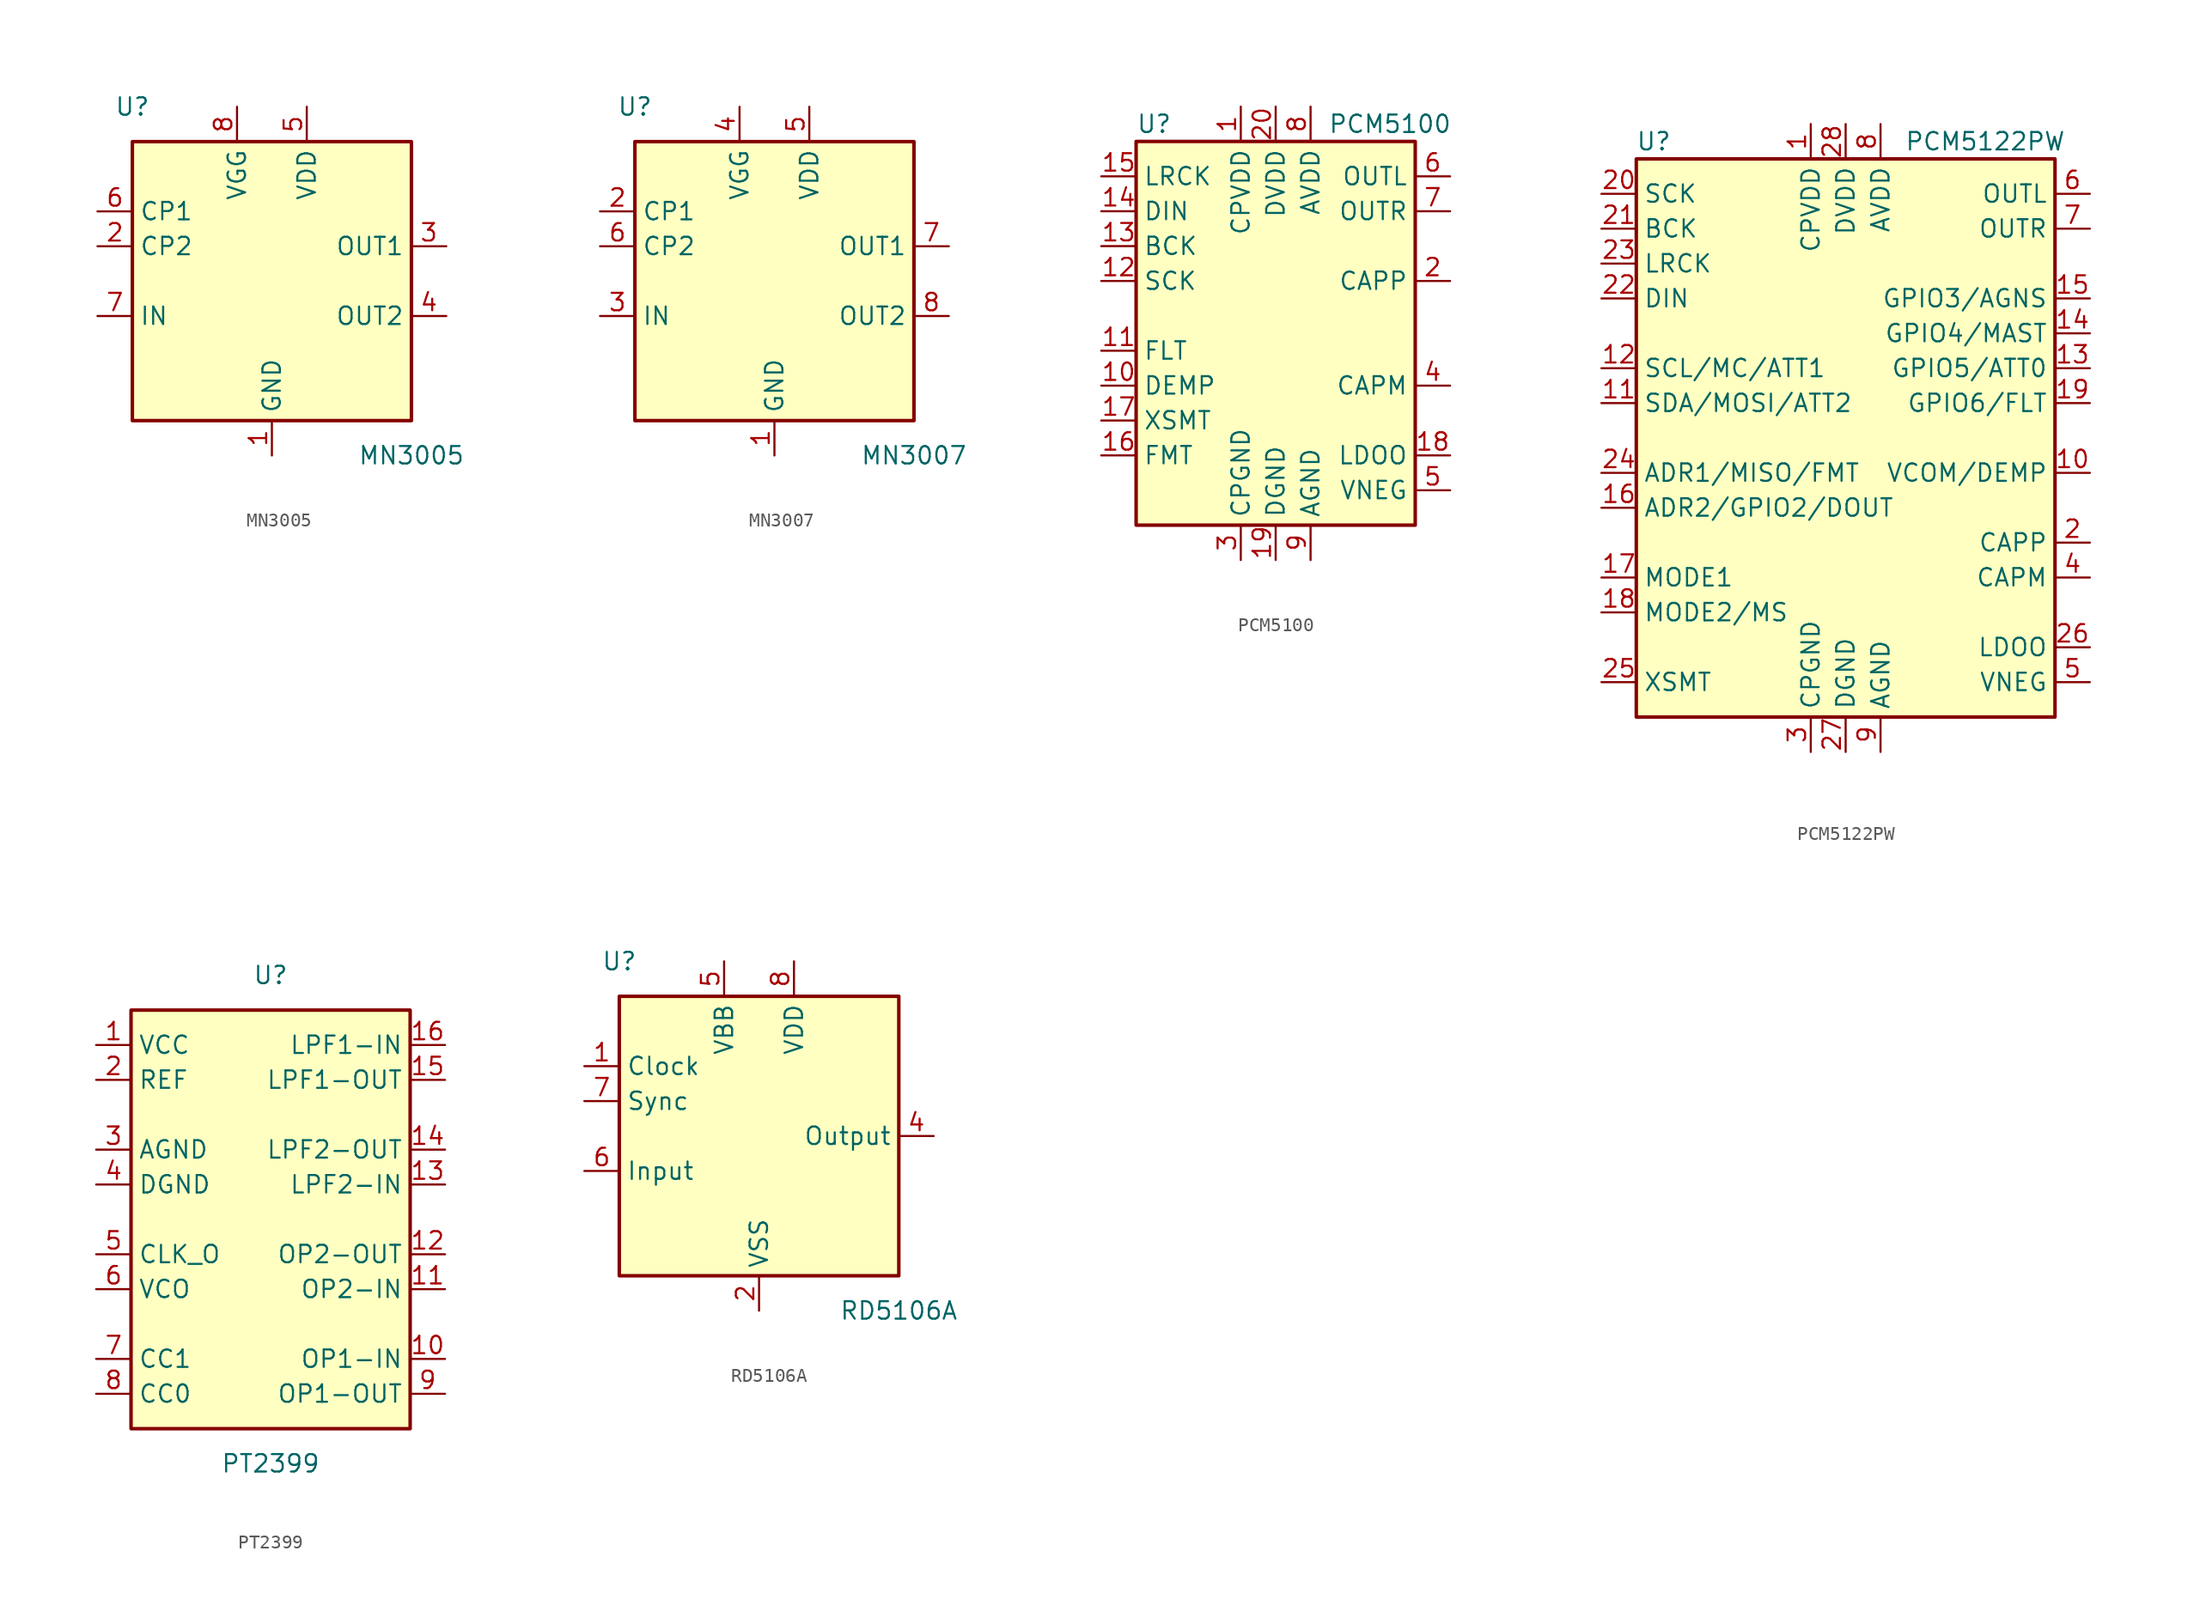
<source format=kicad_sym>
(kicad_symbol_lib
  (version 20201005)
  (generator kicad_symbol_editor)
  (symbol "MN3005"
    (property "Reference" "U"
      (at -10.16 12.7 0)
      (effects (font (size 1.27 1.27))))
    (property "Value" "MN3005"
      (at 10.16 -12.7 0)
      (effects (font (size 1.27 1.27))))
    (symbol "MN3005_0_1"
      (rectangle (start -10.16 10.16) (end 10.16 -10.16) (stroke (width 0.254)) (fill (type background))))
    (symbol "MN3005_1_1"
      (pin power_in line (at 0 -12.7 90) (length 2.54) (name "GND" (effects (font (size 1.27 1.27)))) (number "1" (effects (font (size 1.27 1.27)))))
      (pin input line (at -12.7 2.54 0) (length 2.54) (name "CP2" (effects (font (size 1.27 1.27)))) (number "2" (effects (font (size 1.27 1.27)))))
      (pin output line (at 12.7 2.54 180) (length 2.54) (name "OUT1" (effects (font (size 1.27 1.27)))) (number "3" (effects (font (size 1.27 1.27)))))
      (pin output line (at 12.7 -2.54 180) (length 2.54) (name "OUT2" (effects (font (size 1.27 1.27)))) (number "4" (effects (font (size 1.27 1.27)))))
      (pin power_in line (at 2.54 12.7 270) (length 2.54) (name "VDD" (effects (font (size 1.27 1.27)))) (number "5" (effects (font (size 1.27 1.27)))))
      (pin input line (at -12.7 5.08 0) (length 2.54) (name "CP1" (effects (font (size 1.27 1.27)))) (number "6" (effects (font (size 1.27 1.27)))))
      (pin input line (at -12.7 -2.54 0) (length 2.54) (name "IN" (effects (font (size 1.27 1.27)))) (number "7" (effects (font (size 1.27 1.27)))))
      (pin power_in line (at -2.54 12.7 270) (length 2.54) (name "VGG" (effects (font (size 1.27 1.27)))) (number "8" (effects (font (size 1.27 1.27)))))))
  (symbol "MN3007"
    (property "Reference" "U"
      (at -10.16 12.7 0)
      (effects (font (size 1.27 1.27))))
    (property "Value" "MN3007"
      (at 10.16 -12.7 0)
      (effects (font (size 1.27 1.27))))
    (symbol "MN3007_0_1"
      (rectangle (start -10.16 10.16) (end 10.16 -10.16) (stroke (width 0.254)) (fill (type background))))
    (symbol "MN3007_1_1"
      (pin power_in line (at 0 -12.7 90) (length 2.54) (name "GND" (effects (font (size 1.27 1.27)))) (number "1" (effects (font (size 1.27 1.27)))))
      (pin input line (at -12.7 5.08 0) (length 2.54) (name "CP1" (effects (font (size 1.27 1.27)))) (number "2" (effects (font (size 1.27 1.27)))))
      (pin input line (at -12.7 -2.54 0) (length 2.54) (name "IN" (effects (font (size 1.27 1.27)))) (number "3" (effects (font (size 1.27 1.27)))))
      (pin power_in line (at -2.54 12.7 270) (length 2.54) (name "VGG" (effects (font (size 1.27 1.27)))) (number "4" (effects (font (size 1.27 1.27)))))
      (pin power_in line (at 2.54 12.7 270) (length 2.54) (name "VDD" (effects (font (size 1.27 1.27)))) (number "5" (effects (font (size 1.27 1.27)))))
      (pin input line (at -12.7 2.54 0) (length 2.54) (name "CP2" (effects (font (size 1.27 1.27)))) (number "6" (effects (font (size 1.27 1.27)))))
      (pin output line (at 12.7 2.54 180) (length 2.54) (name "OUT1" (effects (font (size 1.27 1.27)))) (number "7" (effects (font (size 1.27 1.27)))))
      (pin output line (at 12.7 -2.54 180) (length 2.54) (name "OUT2" (effects (font (size 1.27 1.27)))) (number "8" (effects (font (size 1.27 1.27)))))))
  (symbol "PCM5100"
    (property "Reference" "U"
      (at -10.16 13.97 0)
      (effects (font (size 1.27 1.27)) (justify left)))
    (property "Value" "PCM5100"
      (at 3.81 13.97 0)
      (effects (font (size 1.27 1.27)) (justify left)))
    (symbol "PCM5100_0_1"
      (rectangle (start -10.16 12.7) (end 10.16 -15.24) (stroke (width 0.254)) (fill (type background))))
    (symbol "PCM5100_1_1"
      (pin passive line (at -2.54 15.24 270) (length 2.54) (name "CPVDD" (effects (font (size 1.27 1.27)))) (number "1" (effects (font (size 1.27 1.27)))))
      (pin input line (at -12.7 -5.08 0) (length 2.54) (name "DEMP" (effects (font (size 1.27 1.27)))) (number "10" (effects (font (size 1.27 1.27)))))
      (pin input line (at -12.7 -2.54 0) (length 2.54) (name "FLT" (effects (font (size 1.27 1.27)))) (number "11" (effects (font (size 1.27 1.27)))))
      (pin input line (at -12.7 2.54 0) (length 2.54) (name "SCK" (effects (font (size 1.27 1.27)))) (number "12" (effects (font (size 1.27 1.27)))))
      (pin input line (at -12.7 5.08 0) (length 2.54) (name "BCK" (effects (font (size 1.27 1.27)))) (number "13" (effects (font (size 1.27 1.27)))))
      (pin input line (at -12.7 7.62 0) (length 2.54) (name "DIN" (effects (font (size 1.27 1.27)))) (number "14" (effects (font (size 1.27 1.27)))))
      (pin input line (at -12.7 10.16 0) (length 2.54) (name "LRCK" (effects (font (size 1.27 1.27)))) (number "15" (effects (font (size 1.27 1.27)))))
      (pin input line (at -12.7 -10.16 0) (length 2.54) (name "FMT" (effects (font (size 1.27 1.27)))) (number "16" (effects (font (size 1.27 1.27)))))
      (pin input line (at -12.7 -7.62 0) (length 2.54) (name "XSMT" (effects (font (size 1.27 1.27)))) (number "17" (effects (font (size 1.27 1.27)))))
      (pin passive line (at 12.7 -10.16 180) (length 2.54) (name "LDOO" (effects (font (size 1.27 1.27)))) (number "18" (effects (font (size 1.27 1.27)))))
      (pin power_in line (at 0 -17.78 90) (length 2.54) (name "DGND" (effects (font (size 1.27 1.27)))) (number "19" (effects (font (size 1.27 1.27)))))
      (pin passive line (at 12.7 2.54 180) (length 2.54) (name "CAPP" (effects (font (size 1.27 1.27)))) (number "2" (effects (font (size 1.27 1.27)))))
      (pin power_in line (at 0 15.24 270) (length 2.54) (name "DVDD" (effects (font (size 1.27 1.27)))) (number "20" (effects (font (size 1.27 1.27)))))
      (pin power_in line (at -2.54 -17.78 90) (length 2.54) (name "CPGND" (effects (font (size 1.27 1.27)))) (number "3" (effects (font (size 1.27 1.27)))))
      (pin passive line (at 12.7 -5.08 180) (length 2.54) (name "CAPM" (effects (font (size 1.27 1.27)))) (number "4" (effects (font (size 1.27 1.27)))))
      (pin passive line (at 12.7 -12.7 180) (length 2.54) (name "VNEG" (effects (font (size 1.27 1.27)))) (number "5" (effects (font (size 1.27 1.27)))))
      (pin output line (at 12.7 10.16 180) (length 2.54) (name "OUTL" (effects (font (size 1.27 1.27)))) (number "6" (effects (font (size 1.27 1.27)))))
      (pin output line (at 12.7 7.62 180) (length 2.54) (name "OUTR" (effects (font (size 1.27 1.27)))) (number "7" (effects (font (size 1.27 1.27)))))
      (pin power_in line (at 2.54 15.24 270) (length 2.54) (name "AVDD" (effects (font (size 1.27 1.27)))) (number "8" (effects (font (size 1.27 1.27)))))
      (pin power_in line (at 2.54 -17.78 90) (length 2.54) (name "AGND" (effects (font (size 1.27 1.27)))) (number "9" (effects (font (size 1.27 1.27)))))))
  (symbol "PCM5122PW"
    (property "Reference" "U"
      (at -13.97 21.59 0)
      (effects (font (size 1.27 1.27))))
    (property "Value" "PCM5122PW"
      (at 10.16 21.59 0)
      (effects (font (size 1.27 1.27))))
    (symbol "PCM5122PW_0_1"
      (rectangle (start -15.24 20.32) (end 15.24 -20.32) (stroke (width 0.254)) (fill (type background))))
    (symbol "PCM5122PW_1_1"
      (pin power_in line (at -2.54 22.86 270) (length 2.54) (name "CPVDD" (effects (font (size 1.27 1.27)))) (number "1" (effects (font (size 1.27 1.27)))))
      (pin bidirectional line (at 17.78 -2.54 180) (length 2.54) (name "VCOM/DEMP" (effects (font (size 1.27 1.27)))) (number "10" (effects (font (size 1.27 1.27)))))
      (pin bidirectional line (at -17.78 2.54 0) (length 2.54) (name "SDA/MOSI/ATT2" (effects (font (size 1.27 1.27)))) (number "11" (effects (font (size 1.27 1.27)))))
      (pin input line (at -17.78 5.08 0) (length 2.54) (name "SCL/MC/ATT1" (effects (font (size 1.27 1.27)))) (number "12" (effects (font (size 1.27 1.27)))))
      (pin bidirectional line (at 17.78 5.08 180) (length 2.54) (name "GPIO5/ATT0" (effects (font (size 1.27 1.27)))) (number "13" (effects (font (size 1.27 1.27)))))
      (pin bidirectional line (at 17.78 7.62 180) (length 2.54) (name "GPIO4/MAST" (effects (font (size 1.27 1.27)))) (number "14" (effects (font (size 1.27 1.27)))))
      (pin bidirectional line (at 17.78 10.16 180) (length 2.54) (name "GPIO3/AGNS" (effects (font (size 1.27 1.27)))) (number "15" (effects (font (size 1.27 1.27)))))
      (pin bidirectional line (at -17.78 -5.08 0) (length 2.54) (name "ADR2/GPIO2/DOUT" (effects (font (size 1.27 1.27)))) (number "16" (effects (font (size 1.27 1.27)))))
      (pin input line (at -17.78 -10.16 0) (length 2.54) (name "MODE1" (effects (font (size 1.27 1.27)))) (number "17" (effects (font (size 1.27 1.27)))))
      (pin input line (at -17.78 -12.7 0) (length 2.54) (name "MODE2/MS" (effects (font (size 1.27 1.27)))) (number "18" (effects (font (size 1.27 1.27)))))
      (pin bidirectional line (at 17.78 2.54 180) (length 2.54) (name "GPIO6/FLT" (effects (font (size 1.27 1.27)))) (number "19" (effects (font (size 1.27 1.27)))))
      (pin passive line (at 17.78 -7.62 180) (length 2.54) (name "CAPP" (effects (font (size 1.27 1.27)))) (number "2" (effects (font (size 1.27 1.27)))))
      (pin input line (at -17.78 17.78 0) (length 2.54) (name "SCK" (effects (font (size 1.27 1.27)))) (number "20" (effects (font (size 1.27 1.27)))))
      (pin bidirectional line (at -17.78 15.24 0) (length 2.54) (name "BCK" (effects (font (size 1.27 1.27)))) (number "21" (effects (font (size 1.27 1.27)))))
      (pin input line (at -17.78 10.16 0) (length 2.54) (name "DIN" (effects (font (size 1.27 1.27)))) (number "22" (effects (font (size 1.27 1.27)))))
      (pin bidirectional line (at -17.78 12.7 0) (length 2.54) (name "LRCK" (effects (font (size 1.27 1.27)))) (number "23" (effects (font (size 1.27 1.27)))))
      (pin bidirectional line (at -17.78 -2.54 0) (length 2.54) (name "ADR1/MISO/FMT" (effects (font (size 1.27 1.27)))) (number "24" (effects (font (size 1.27 1.27)))))
      (pin input line (at -17.78 -17.78 0) (length 2.54) (name "XSMT" (effects (font (size 1.27 1.27)))) (number "25" (effects (font (size 1.27 1.27)))))
      (pin passive line (at 17.78 -15.24 180) (length 2.54) (name "LDOO" (effects (font (size 1.27 1.27)))) (number "26" (effects (font (size 1.27 1.27)))))
      (pin power_in line (at 0 -22.86 90) (length 2.54) (name "DGND" (effects (font (size 1.27 1.27)))) (number "27" (effects (font (size 1.27 1.27)))))
      (pin power_in line (at 0 22.86 270) (length 2.54) (name "DVDD" (effects (font (size 1.27 1.27)))) (number "28" (effects (font (size 1.27 1.27)))))
      (pin power_in line (at -2.54 -22.86 90) (length 2.54) (name "CPGND" (effects (font (size 1.27 1.27)))) (number "3" (effects (font (size 1.27 1.27)))))
      (pin passive line (at 17.78 -10.16 180) (length 2.54) (name "CAPM" (effects (font (size 1.27 1.27)))) (number "4" (effects (font (size 1.27 1.27)))))
      (pin passive line (at 17.78 -17.78 180) (length 2.54) (name "VNEG" (effects (font (size 1.27 1.27)))) (number "5" (effects (font (size 1.27 1.27)))))
      (pin output line (at 17.78 17.78 180) (length 2.54) (name "OUTL" (effects (font (size 1.27 1.27)))) (number "6" (effects (font (size 1.27 1.27)))))
      (pin output line (at 17.78 15.24 180) (length 2.54) (name "OUTR" (effects (font (size 1.27 1.27)))) (number "7" (effects (font (size 1.27 1.27)))))
      (pin power_in line (at 2.54 22.86 270) (length 2.54) (name "AVDD" (effects (font (size 1.27 1.27)))) (number "8" (effects (font (size 1.27 1.27)))))
      (pin power_in line (at 2.54 -22.86 90) (length 2.54) (name "AGND" (effects (font (size 1.27 1.27)))) (number "9" (effects (font (size 1.27 1.27)))))))
  (symbol "PT2399"
    (property "Reference" "U"
      (at 0 17.78 0)
      (effects (font (size 1.27 1.27))))
    (property "Value" "PT2399"
      (at 0 -17.78 0)
      (effects (font (size 1.27 1.27))))
    (symbol "PT2399_0_1"
      (rectangle (start -10.16 15.24) (end 10.16 -15.24) (stroke (width 0.254)) (fill (type background))))
    (symbol "PT2399_1_1"
      (pin power_in line (at -12.7 12.7 0) (length 2.54) (name "VCC" (effects (font (size 1.27 1.27)))) (number "1" (effects (font (size 1.27 1.27)))))
      (pin input line (at 12.7 -10.16 180) (length 2.54) (name "OP1-IN" (effects (font (size 1.27 1.27)))) (number "10" (effects (font (size 1.27 1.27)))))
      (pin input line (at 12.7 -5.08 180) (length 2.54) (name "OP2-IN" (effects (font (size 1.27 1.27)))) (number "11" (effects (font (size 1.27 1.27)))))
      (pin output line (at 12.7 -2.54 180) (length 2.54) (name "OP2-OUT" (effects (font (size 1.27 1.27)))) (number "12" (effects (font (size 1.27 1.27)))))
      (pin input line (at 12.7 2.54 180) (length 2.54) (name "LPF2-IN" (effects (font (size 1.27 1.27)))) (number "13" (effects (font (size 1.27 1.27)))))
      (pin output line (at 12.7 5.08 180) (length 2.54) (name "LPF2-OUT" (effects (font (size 1.27 1.27)))) (number "14" (effects (font (size 1.27 1.27)))))
      (pin output line (at 12.7 10.16 180) (length 2.54) (name "LPF1-OUT" (effects (font (size 1.27 1.27)))) (number "15" (effects (font (size 1.27 1.27)))))
      (pin input line (at 12.7 12.7 180) (length 2.54) (name "LPF1-IN" (effects (font (size 1.27 1.27)))) (number "16" (effects (font (size 1.27 1.27)))))
      (pin passive line (at -12.7 10.16 0) (length 2.54) (name "REF" (effects (font (size 1.27 1.27)))) (number "2" (effects (font (size 1.27 1.27)))))
      (pin power_in line (at -12.7 5.08 0) (length 2.54) (name "AGND" (effects (font (size 1.27 1.27)))) (number "3" (effects (font (size 1.27 1.27)))))
      (pin power_in line (at -12.7 2.54 0) (length 2.54) (name "DGND" (effects (font (size 1.27 1.27)))) (number "4" (effects (font (size 1.27 1.27)))))
      (pin passive line (at -12.7 -2.54 0) (length 2.54) (name "CLK_O" (effects (font (size 1.27 1.27)))) (number "5" (effects (font (size 1.27 1.27)))))
      (pin passive line (at -12.7 -5.08 0) (length 2.54) (name "VCO" (effects (font (size 1.27 1.27)))) (number "6" (effects (font (size 1.27 1.27)))))
      (pin passive line (at -12.7 -10.16 0) (length 2.54) (name "CC1" (effects (font (size 1.27 1.27)))) (number "7" (effects (font (size 1.27 1.27)))))
      (pin passive line (at -12.7 -12.7 0) (length 2.54) (name "CC0" (effects (font (size 1.27 1.27)))) (number "8" (effects (font (size 1.27 1.27)))))
      (pin output line (at 12.7 -12.7 180) (length 2.54) (name "OP1-OUT" (effects (font (size 1.27 1.27)))) (number "9" (effects (font (size 1.27 1.27)))))))
  (symbol "RD5106A"
    (property "Reference" "U"
      (at -10.16 12.7 0)
      (effects (font (size 1.27 1.27))))
    (property "Value" "RD5106A"
      (at 10.16 -12.7 0)
      (effects (font (size 1.27 1.27))))
    (symbol "RD5106A_0_1"
      (rectangle (start -10.16 10.16) (end 10.16 -10.16) (stroke (width 0.254)) (fill (type background))))
    (symbol "RD5106A_1_1"
      (pin input line (at -12.7 5.08 0) (length 2.54) (name "Clock" (effects (font (size 1.27 1.27)))) (number "1" (effects (font (size 1.27 1.27)))))
      (pin power_in line (at 0 -12.7 90) (length 2.54) (name "VSS" (effects (font (size 1.27 1.27)))) (number "2" (effects (font (size 1.27 1.27)))))
      (pin no_connect line (at -12.7 -7.62 0) (length 2.54) hide (name "NC" (effects (font (size 1.27 1.27)))) (number "3" (effects (font (size 1.27 1.27)))))
      (pin output line (at 12.7 0 180) (length 2.54) (name "Output" (effects (font (size 1.27 1.27)))) (number "4" (effects (font (size 1.27 1.27)))))
      (pin power_in line (at -2.54 12.7 270) (length 2.54) (name "VBB" (effects (font (size 1.27 1.27)))) (number "5" (effects (font (size 1.27 1.27)))))
      (pin input line (at -12.7 -2.54 0) (length 2.54) (name "Input" (effects (font (size 1.27 1.27)))) (number "6" (effects (font (size 1.27 1.27)))))
      (pin input line (at -12.7 2.54 0) (length 2.54) (name "Sync" (effects (font (size 1.27 1.27)))) (number "7" (effects (font (size 1.27 1.27)))))
      (pin power_in line (at 2.54 12.7 270) (length 2.54) (name "VDD" (effects (font (size 1.27 1.27)))) (number "8" (effects (font (size 1.27 1.27))))))))
</source>
